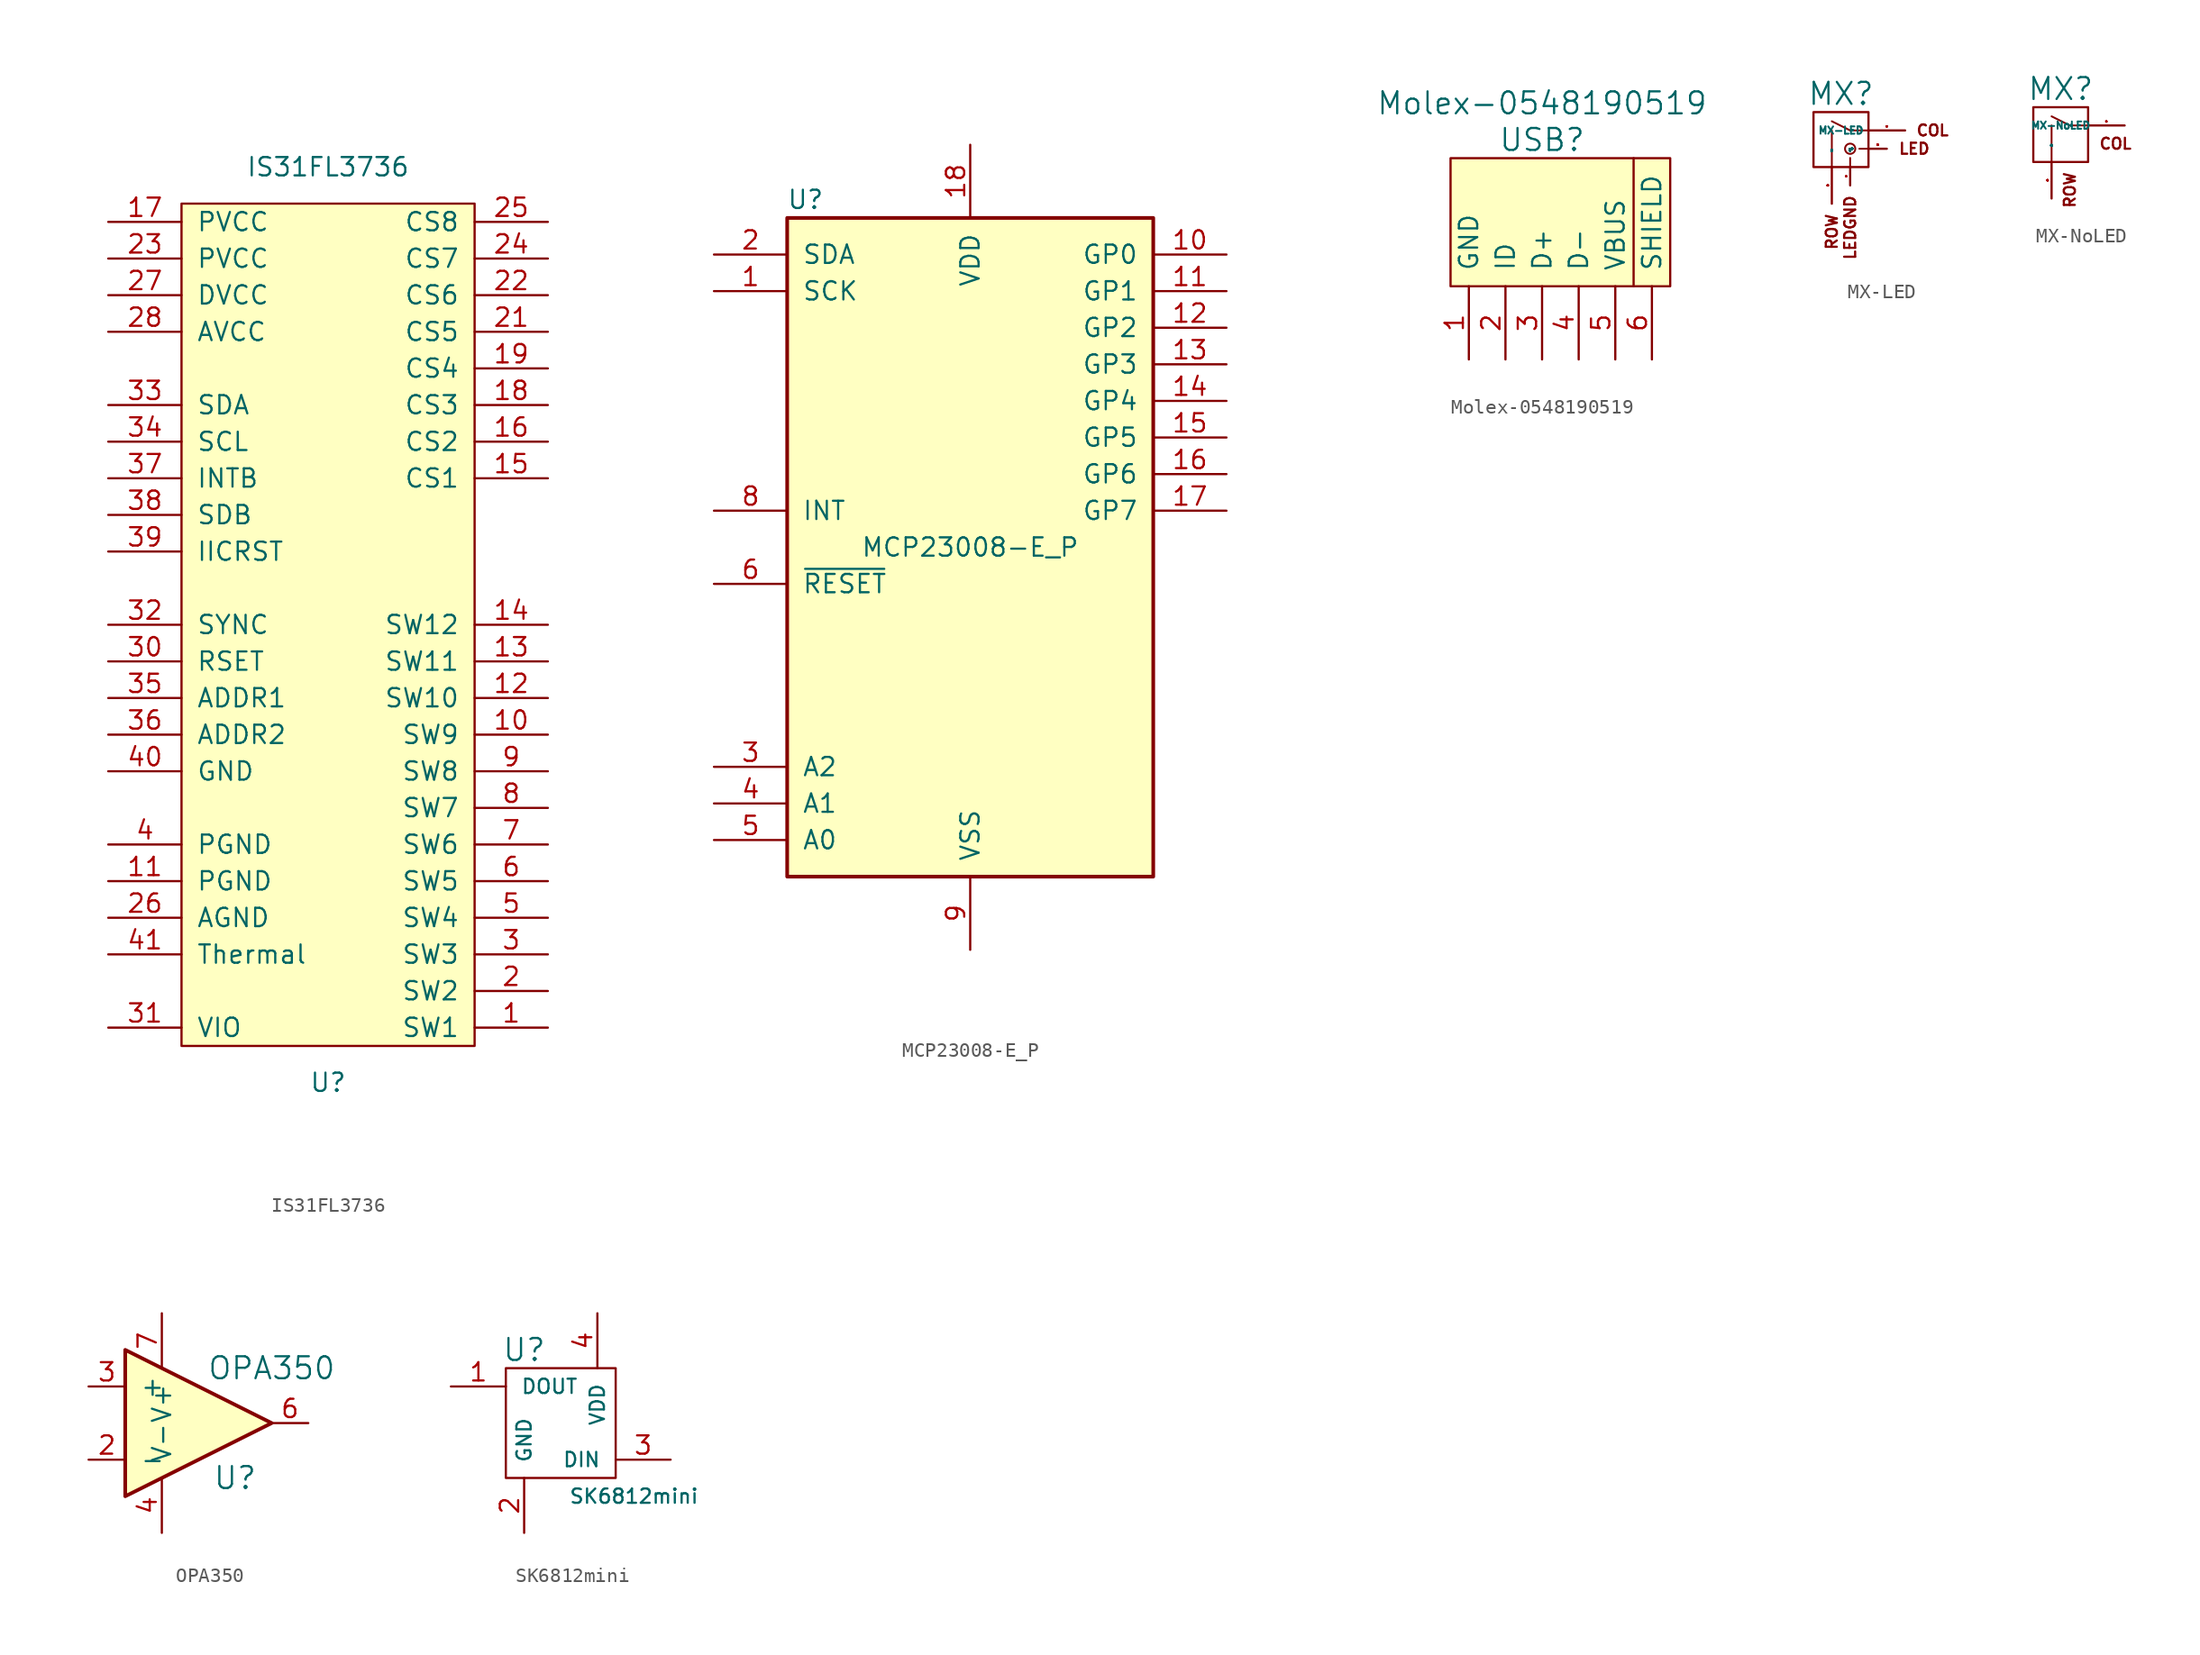
<source format=kicad_sym>
(kicad_symbol_lib
  (version 20231120)
  (generator "kicad_symbol_editor")
  (generator_version "8.0")
  (symbol "IS31FL3736"
    (pin_names
      (offset 1.016))
    (property "Reference" "U"
      (at 0 -31.75 0)
      (effects (font (size 1.27 1.27))))
    (property "Value" "IS31FL3736"
      (at 0 31.75 0)
      (effects (font (size 1.27 1.27))))
    (symbol "IS31FL3736_0_1"
      (rectangle (start -10.16 29.21) (end 10.16 -29.21) (stroke (width 0) (type default)) (fill (type background))))
    (symbol "IS31FL3736_1_1"
      (pin input line (at 15.24 -27.94 180) (length 5.08) (name "SW1" (effects (font (size 1.27 1.27)))) (number "1" (effects (font (size 1.27 1.27)))))
      (pin input line (at 15.24 -7.62 180) (length 5.08) (name "SW9" (effects (font (size 1.27 1.27)))) (number "10" (effects (font (size 1.27 1.27)))))
      (pin input line (at -15.24 -17.78 0) (length 5.08) (name "PGND" (effects (font (size 1.27 1.27)))) (number "11" (effects (font (size 1.27 1.27)))))
      (pin input line (at 15.24 -5.08 180) (length 5.08) (name "SW10" (effects (font (size 1.27 1.27)))) (number "12" (effects (font (size 1.27 1.27)))))
      (pin input line (at 15.24 -2.54 180) (length 5.08) (name "SW11" (effects (font (size 1.27 1.27)))) (number "13" (effects (font (size 1.27 1.27)))))
      (pin input line (at 15.24 0 180) (length 5.08) (name "SW12" (effects (font (size 1.27 1.27)))) (number "14" (effects (font (size 1.27 1.27)))))
      (pin input line (at 15.24 10.16 180) (length 5.08) (name "CS1" (effects (font (size 1.27 1.27)))) (number "15" (effects (font (size 1.27 1.27)))))
      (pin input line (at 15.24 12.7 180) (length 5.08) (name "CS2" (effects (font (size 1.27 1.27)))) (number "16" (effects (font (size 1.27 1.27)))))
      (pin input line (at -15.24 27.94 0) (length 5.08) (name "PVCC" (effects (font (size 1.27 1.27)))) (number "17" (effects (font (size 1.27 1.27)))))
      (pin input line (at 15.24 15.24 180) (length 5.08) (name "CS3" (effects (font (size 1.27 1.27)))) (number "18" (effects (font (size 1.27 1.27)))))
      (pin input line (at 15.24 17.78 180) (length 5.08) (name "CS4" (effects (font (size 1.27 1.27)))) (number "19" (effects (font (size 1.27 1.27)))))
      (pin input line (at 15.24 -25.4 180) (length 5.08) (name "SW2" (effects (font (size 1.27 1.27)))) (number "2" (effects (font (size 1.27 1.27)))))
      (pin input line (at 15.24 20.32 180) (length 5.08) (name "CS5" (effects (font (size 1.27 1.27)))) (number "21" (effects (font (size 1.27 1.27)))))
      (pin input line (at 15.24 22.86 180) (length 5.08) (name "CS6" (effects (font (size 1.27 1.27)))) (number "22" (effects (font (size 1.27 1.27)))))
      (pin input line (at -15.24 25.4 0) (length 5.08) (name "PVCC" (effects (font (size 1.27 1.27)))) (number "23" (effects (font (size 1.27 1.27)))))
      (pin input line (at 15.24 25.4 180) (length 5.08) (name "CS7" (effects (font (size 1.27 1.27)))) (number "24" (effects (font (size 1.27 1.27)))))
      (pin input line (at 15.24 27.94 180) (length 5.08) (name "CS8" (effects (font (size 1.27 1.27)))) (number "25" (effects (font (size 1.27 1.27)))))
      (pin input line (at -15.24 -20.32 0) (length 5.08) (name "AGND" (effects (font (size 1.27 1.27)))) (number "26" (effects (font (size 1.27 1.27)))))
      (pin input line (at -15.24 22.86 0) (length 5.08) (name "DVCC" (effects (font (size 1.27 1.27)))) (number "27" (effects (font (size 1.27 1.27)))))
      (pin input line (at -15.24 20.32 0) (length 5.08) (name "AVCC" (effects (font (size 1.27 1.27)))) (number "28" (effects (font (size 1.27 1.27)))))
      (pin input line (at 15.24 -22.86 180) (length 5.08) (name "SW3" (effects (font (size 1.27 1.27)))) (number "3" (effects (font (size 1.27 1.27)))))
      (pin input line (at -15.24 -2.54 0) (length 5.08) (name "RSET" (effects (font (size 1.27 1.27)))) (number "30" (effects (font (size 1.27 1.27)))))
      (pin input line (at -15.24 -27.94 0) (length 5.08) (name "VIO" (effects (font (size 1.27 1.27)))) (number "31" (effects (font (size 1.27 1.27)))))
      (pin input line (at -15.24 0 0) (length 5.08) (name "SYNC" (effects (font (size 1.27 1.27)))) (number "32" (effects (font (size 1.27 1.27)))))
      (pin input line (at -15.24 15.24 0) (length 5.08) (name "SDA" (effects (font (size 1.27 1.27)))) (number "33" (effects (font (size 1.27 1.27)))))
      (pin input line (at -15.24 12.7 0) (length 5.08) (name "SCL" (effects (font (size 1.27 1.27)))) (number "34" (effects (font (size 1.27 1.27)))))
      (pin input line (at -15.24 -5.08 0) (length 5.08) (name "ADDR1" (effects (font (size 1.27 1.27)))) (number "35" (effects (font (size 1.27 1.27)))))
      (pin input line (at -15.24 -7.62 0) (length 5.08) (name "ADDR2" (effects (font (size 1.27 1.27)))) (number "36" (effects (font (size 1.27 1.27)))))
      (pin input line (at -15.24 10.16 0) (length 5.08) (name "INTB" (effects (font (size 1.27 1.27)))) (number "37" (effects (font (size 1.27 1.27)))))
      (pin input line (at -15.24 7.62 0) (length 5.08) (name "SDB" (effects (font (size 1.27 1.27)))) (number "38" (effects (font (size 1.27 1.27)))))
      (pin input line (at -15.24 5.08 0) (length 5.08) (name "IICRST" (effects (font (size 1.27 1.27)))) (number "39" (effects (font (size 1.27 1.27)))))
      (pin input line (at -15.24 -15.24 0) (length 5.08) (name "PGND" (effects (font (size 1.27 1.27)))) (number "4" (effects (font (size 1.27 1.27)))))
      (pin input line (at -15.24 -10.16 0) (length 5.08) (name "GND" (effects (font (size 1.27 1.27)))) (number "40" (effects (font (size 1.27 1.27)))))
      (pin input line (at -15.24 -22.86 0) (length 5.08) (name "Thermal" (effects (font (size 1.27 1.27)))) (number "41" (effects (font (size 1.27 1.27)))))
      (pin input line (at 15.24 -20.32 180) (length 5.08) (name "SW4" (effects (font (size 1.27 1.27)))) (number "5" (effects (font (size 1.27 1.27)))))
      (pin input line (at 15.24 -17.78 180) (length 5.08) (name "SW5" (effects (font (size 1.27 1.27)))) (number "6" (effects (font (size 1.27 1.27)))))
      (pin input line (at 15.24 -15.24 180) (length 5.08) (name "SW6" (effects (font (size 1.27 1.27)))) (number "7" (effects (font (size 1.27 1.27)))))
      (pin input line (at 15.24 -12.7 180) (length 5.08) (name "SW7" (effects (font (size 1.27 1.27)))) (number "8" (effects (font (size 1.27 1.27)))))
      (pin input line (at 15.24 -10.16 180) (length 5.08) (name "SW8" (effects (font (size 1.27 1.27)))) (number "9" (effects (font (size 1.27 1.27)))))))
  (symbol "MCP23008-E_P"
    (pin_names
      (offset 1.016))
    (property "Reference" "U"
      (at -11.43 24.13 0)
      (effects (font (size 1.27 1.27))))
    (property "Value" "MCP23008-E_P"
      (at 0 0 0)
      (effects (font (size 1.27 1.27))))
    (symbol "MCP23008-E_P_0_1"
      (rectangle (start -12.7 22.86) (end 12.7 -22.86) (stroke (width 0.254) (type default)) (fill (type background))))
    (symbol "MCP23008-E_P_1_1"
      (pin input line (at -17.78 17.78 0) (length 5.08) (name "SCK" (effects (font (size 1.27 1.27)))) (number "1" (effects (font (size 1.27 1.27)))))
      (pin bidirectional line (at 17.78 20.32 180) (length 5.08) (name "GP0" (effects (font (size 1.27 1.27)))) (number "10" (effects (font (size 1.27 1.27)))))
      (pin bidirectional line (at 17.78 17.78 180) (length 5.08) (name "GP1" (effects (font (size 1.27 1.27)))) (number "11" (effects (font (size 1.27 1.27)))))
      (pin bidirectional line (at 17.78 15.24 180) (length 5.08) (name "GP2" (effects (font (size 1.27 1.27)))) (number "12" (effects (font (size 1.27 1.27)))))
      (pin bidirectional line (at 17.78 12.7 180) (length 5.08) (name "GP3" (effects (font (size 1.27 1.27)))) (number "13" (effects (font (size 1.27 1.27)))))
      (pin bidirectional line (at 17.78 10.16 180) (length 5.08) (name "GP4" (effects (font (size 1.27 1.27)))) (number "14" (effects (font (size 1.27 1.27)))))
      (pin bidirectional line (at 17.78 7.62 180) (length 5.08) (name "GP5" (effects (font (size 1.27 1.27)))) (number "15" (effects (font (size 1.27 1.27)))))
      (pin bidirectional line (at 17.78 5.08 180) (length 5.08) (name "GP6" (effects (font (size 1.27 1.27)))) (number "16" (effects (font (size 1.27 1.27)))))
      (pin bidirectional line (at 17.78 2.54 180) (length 5.08) (name "GP7" (effects (font (size 1.27 1.27)))) (number "17" (effects (font (size 1.27 1.27)))))
      (pin power_in line (at 0 27.94 270) (length 5.08) (name "VDD" (effects (font (size 1.27 1.27)))) (number "18" (effects (font (size 1.27 1.27)))))
      (pin bidirectional line (at -17.78 20.32 0) (length 5.08) (name "SDA" (effects (font (size 1.27 1.27)))) (number "2" (effects (font (size 1.27 1.27)))))
      (pin input line (at -17.78 -15.24 0) (length 5.08) (name "A2" (effects (font (size 1.27 1.27)))) (number "3" (effects (font (size 1.27 1.27)))))
      (pin input line (at -17.78 -17.78 0) (length 5.08) (name "A1" (effects (font (size 1.27 1.27)))) (number "4" (effects (font (size 1.27 1.27)))))
      (pin input line (at -17.78 -20.32 0) (length 5.08) (name "A0" (effects (font (size 1.27 1.27)))) (number "5" (effects (font (size 1.27 1.27)))))
      (pin input line (at -17.78 -2.54 0) (length 5.08) (name "~{RESET}" (effects (font (size 1.27 1.27)))) (number "6" (effects (font (size 1.27 1.27)))))
      (pin no_connect line (at -17.78 15.24 0) (length 5.08) hide (name "NC" (effects (font (size 1.27 1.27)))) (number "7" (effects (font (size 1.27 1.27)))))
      (pin tri_state line (at -17.78 2.54 0) (length 5.08) (name "INT" (effects (font (size 1.27 1.27)))) (number "8" (effects (font (size 1.27 1.27)))))
      (pin power_in line (at 0 -27.94 90) (length 5.08) (name "VSS" (effects (font (size 1.27 1.27)))) (number "9" (effects (font (size 1.27 1.27)))))))
  (symbol "Molex-0548190519"
    (pin_names
      (offset 1.016))
    (property "Reference" "USB"
      (at 0 7.62 0)
      (effects (font (size 1.524 1.524))))
    (property "Value" "Molex-0548190519"
      (at 0 10.16 0)
      (effects (font (size 1.524 1.524))))
    (symbol "Molex-0548190519_0_0"
      (polyline (pts (xy 6.35 -2.54) (xy 6.35 6.35)) (stroke (width 0) (type default)) (fill (type none)))
      (rectangle (start 8.89 -2.54) (end -6.35 6.35) (stroke (width 0) (type default)) (fill (type background))))
    (symbol "Molex-0548190519_1_1"
      (pin input line (at -5.08 -7.62 90) (length 5.08) (name "GND" (effects (font (size 1.27 1.27)))) (number "1" (effects (font (size 1.27 1.27)))))
      (pin input line (at -2.54 -7.62 90) (length 5.08) (name "ID" (effects (font (size 1.27 1.27)))) (number "2" (effects (font (size 1.27 1.27)))))
      (pin input line (at 0 -7.62 90) (length 5.08) (name "D+" (effects (font (size 1.27 1.27)))) (number "3" (effects (font (size 1.27 1.27)))))
      (pin input line (at 2.54 -7.62 90) (length 5.08) (name "D-" (effects (font (size 1.27 1.27)))) (number "4" (effects (font (size 1.27 1.27)))))
      (pin input line (at 5.08 -7.62 90) (length 5.08) (name "VBUS" (effects (font (size 1.27 1.27)))) (number "5" (effects (font (size 1.27 1.27)))))
      (pin input line (at 7.62 -7.62 90) (length 5.08) (name "SHIELD" (effects (font (size 1.27 1.27)))) (number "6" (effects (font (size 1.27 1.27)))))))
  (symbol "MX-LED"
    (pin_names
      (offset 1.016))
    (property "Reference" "MX"
      (at -0.635 3.81 0)
      (effects (font (size 1.524 1.524))))
    (property "Value" "MX-LED"
      (at -0.635 1.27 0)
      (effects (font (size 0.508 0.508))))
    (symbol "MX-LED_0_0"
      (rectangle (start -2.54 2.54) (end 1.27 -1.27) (stroke (width 0) (type default)) (fill (type none)))
      (polyline (pts (xy -1.27 -1.27) (xy -1.27 1.27)) (stroke (width 0.127) (type default)) (fill (type none)))
      (polyline (pts (xy 0 -1.27) (xy 0 -0.635)) (stroke (width 0.127) (type default)) (fill (type none)))
      (polyline (pts (xy 1.27 0) (xy 0.635 0)) (stroke (width 0.127) (type default)) (fill (type none)))
      (polyline (pts (xy 1.27 1.27) (xy 0 1.27) (xy -1.27 1.905)) (stroke (width 0.127) (type default)) (fill (type none)))
      (circle (center 0 0) (radius 0.356) (stroke (width 0.127) (type default)) (fill (type none)))
      (text "COL" (at 5.715 1.27 0) (effects (font (size 0.762 0.762))))
      (text "LED" (at 4.445 0 0) (effects (font (size 0.762 0.762))))
      (text "ROW" (at -1.27 -4.445 900) (effects (font (size 0.762 0.762)) (justify right))))
    (symbol "MX-LED_1_0"
      (text "LEDGND" (at 0 -3.175 900) (effects (font (size 0.762 0.762)) (justify right))))
    (symbol "MX-LED_1_1"
      (pin passive line (at 3.81 1.27 180) (length 2.54) (name "COL" (effects (font (size 0.025 0.025)))) (number "1" (effects (font (size 0.025 0.025)))))
      (pin passive line (at -1.27 -3.81 90) (length 2.54) (name "ROW" (effects (font (size 0.025 0.025)))) (number "2" (effects (font (size 0.025 0.025)))))
      (pin input line (at 2.54 0 180) (length 1.27) (name "LED" (effects (font (size 0.025 0.025)))) (number "3" (effects (font (size 0.025 0.025)))))
      (pin passive line (at 0 -2.54 90) (length 1.27) (name "LEDGND" (effects (font (size 0.025 0.025)))) (number "4" (effects (font (size 0.025 0.025)))))))
  (symbol "MX-NoLED"
    (pin_names
      (offset 1.016))
    (property "Reference" "MX"
      (at -0.635 3.81 0)
      (effects (font (size 1.524 1.524))))
    (property "Value" "MX-NoLED"
      (at -0.635 1.27 0)
      (effects (font (size 0.508 0.508))))
    (symbol "MX-NoLED_0_0"
      (rectangle (start -2.54 2.54) (end 1.27 -1.27) (stroke (width 0) (type default)) (fill (type none)))
      (polyline (pts (xy -1.27 -1.27) (xy -1.27 1.27)) (stroke (width 0.127) (type default)) (fill (type none)))
      (polyline (pts (xy 1.27 1.27) (xy 0 1.27) (xy -1.27 1.905)) (stroke (width 0.127) (type default)) (fill (type none)))
      (text "COL" (at 3.175 0 0) (effects (font (size 0.762 0.762))))
      (text "ROW" (at 0 -1.905 900) (effects (font (size 0.762 0.762)) (justify right))))
    (symbol "MX-NoLED_1_1"
      (pin passive line (at 3.81 1.27 180) (length 2.54) (name "COL" (effects (font (size 0.025 0.025)))) (number "1" (effects (font (size 0.025 0.025)))))
      (pin passive line (at -1.27 -3.81 90) (length 2.54) (name "ROW" (effects (font (size 0.025 0.025)))) (number "2" (effects (font (size 0.025 0.025)))))))
  (symbol "OPA350"
    (pin_names
      (offset 1.016))
    (property "Reference" "U"
      (at 2.54 -3.81 0)
      (effects (font (size 1.524 1.524))))
    (property "Value" "OPA350"
      (at 5.08 3.81 0)
      (effects (font (size 1.524 1.524))))
    (symbol "OPA350_0_1"
      (polyline (pts (xy -5.08 5.08) (xy 5.08 0) (xy -5.08 -5.08) (xy -5.08 5.08)) (stroke (width 0.254) (type default)) (fill (type background))))
    (symbol "OPA350_1_1"
      (pin input line (at -7.62 -2.54 0) (length 2.54) (name "-" (effects (font (size 1.27 1.27)))) (number "2" (effects (font (size 1.27 1.27)))))
      (pin input line (at -7.62 2.54 0) (length 2.54) (name "+" (effects (font (size 1.27 1.27)))) (number "3" (effects (font (size 1.27 1.27)))))
      (pin power_in line (at -2.54 -7.62 90) (length 3.81) (name "V-" (effects (font (size 1.27 1.27)))) (number "4" (effects (font (size 1.27 1.27)))))
      (pin output line (at 7.62 0 180) (length 2.54) (name "~" (effects (font (size 1.27 1.27)))) (number "6" (effects (font (size 1.27 1.27)))))
      (pin power_in line (at -2.54 7.62 270) (length 3.81) (name "V+" (effects (font (size 1.27 1.27)))) (number "7" (effects (font (size 1.27 1.27)))))))
  (symbol "SK6812mini"
    (pin_names
      (offset 1.016))
    (property "Reference" "U"
      (at -2.54 5.08 0)
      (effects (font (size 1.524 1.524))))
    (property "Value" "SK6812mini"
      (at 5.08 -5.08 0)
      (effects (font (size 0.991 0.991))))
    (property "Footprint" ""
      (at 0 0 0)
      (effects (font (size 1.524 1.524))))
    (property "Datasheet" ""
      (at 0 0 0)
      (effects (font (size 1.524 1.524))))
    (symbol "SK6812mini_0_1"
      (rectangle (start -3.81 3.81) (end 3.81 -3.81) (stroke (width 0) (type default)) (fill (type none))))
    (symbol "SK6812mini_1_1"
      (pin passive line (at -7.62 2.54 0) (length 3.81) (name "DOUT" (effects (font (size 0.991 0.991)))) (number "1" (effects (font (size 1.27 1.27)))))
      (pin passive line (at -2.54 -7.62 90) (length 3.81) (name "GND" (effects (font (size 0.991 0.991)))) (number "2" (effects (font (size 1.27 1.27)))))
      (pin passive line (at 7.62 -2.54 180) (length 3.81) (name "DIN" (effects (font (size 0.991 0.991)))) (number "3" (effects (font (size 1.27 1.27)))))
      (pin passive line (at 2.54 7.62 270) (length 3.81) (name "VDD" (effects (font (size 0.991 0.991)))) (number "4" (effects (font (size 1.27 1.27))))))))
</source>
